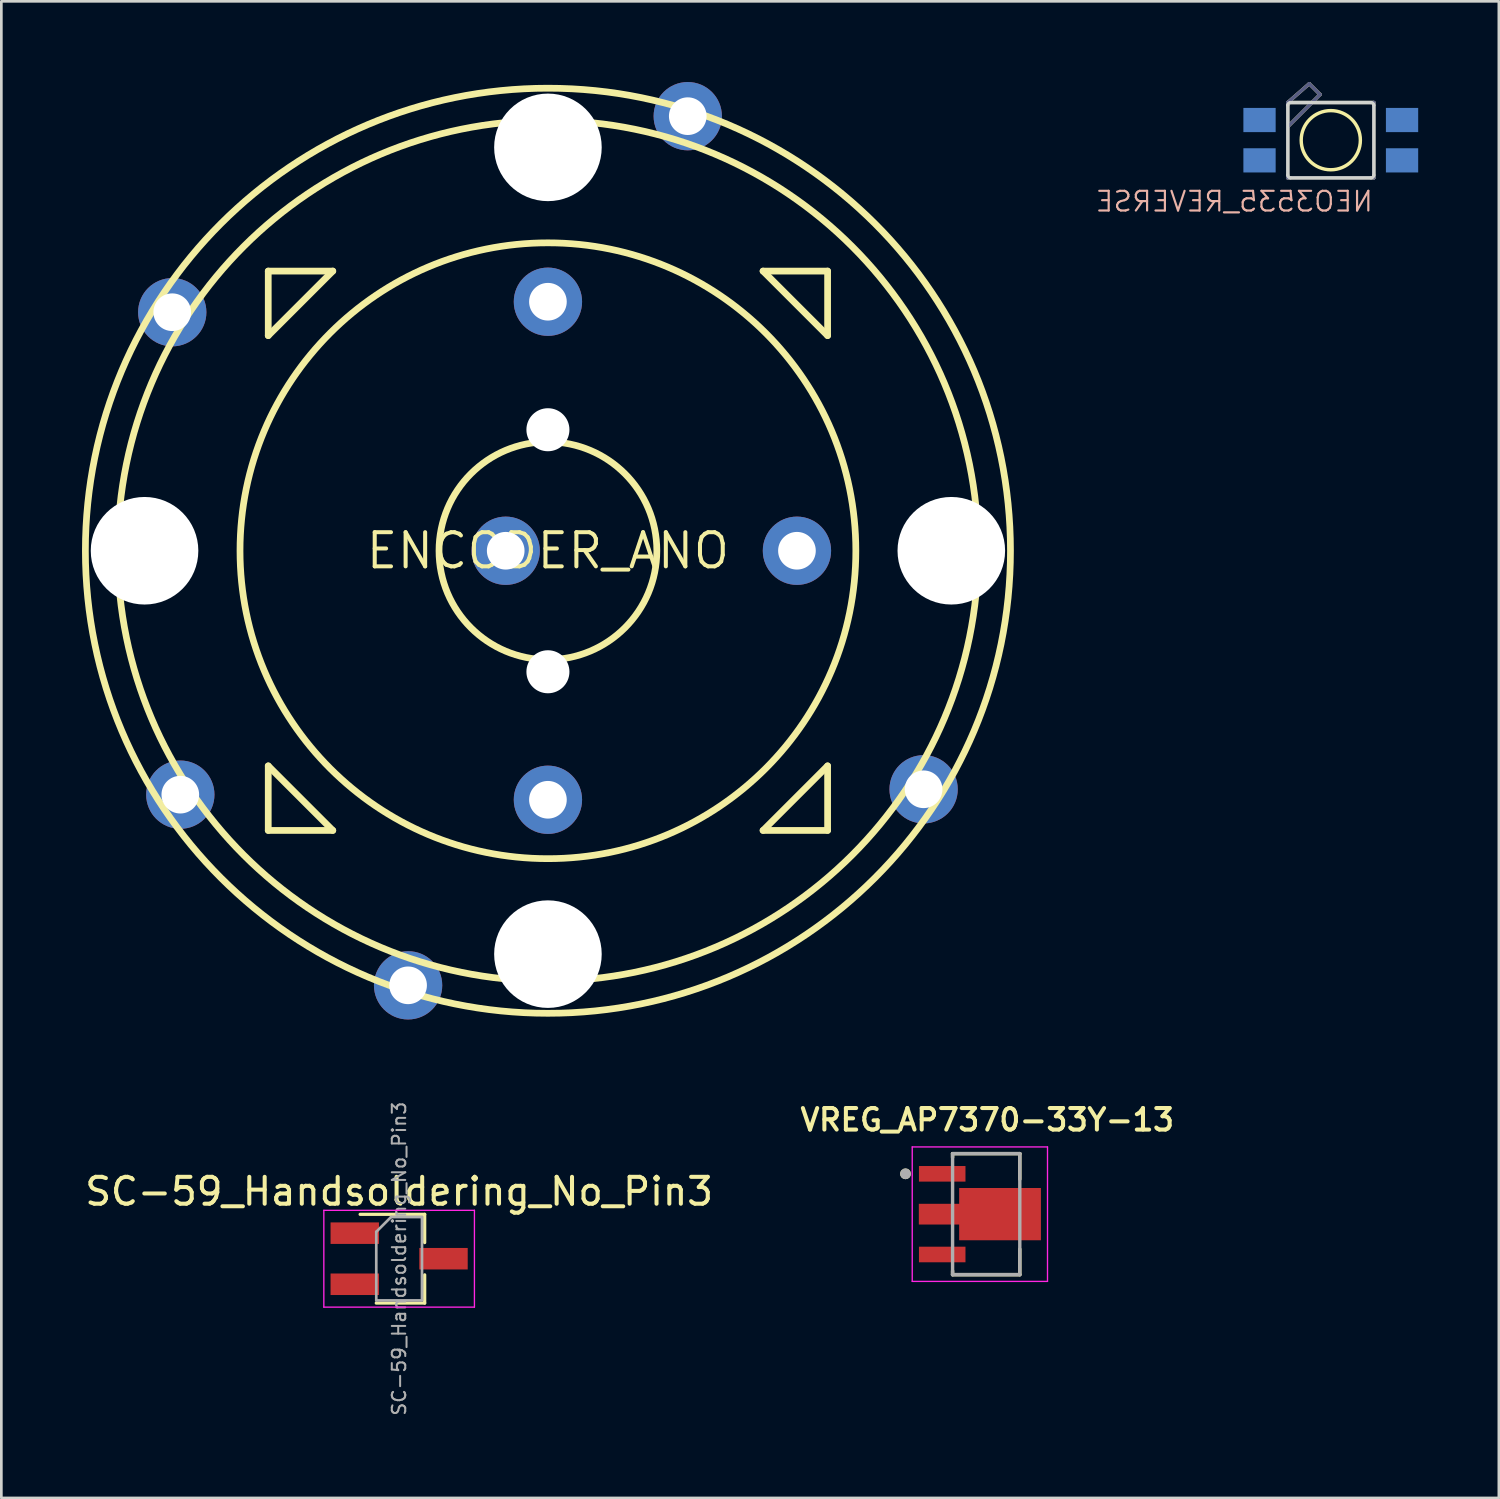
<source format=kicad_pcb>
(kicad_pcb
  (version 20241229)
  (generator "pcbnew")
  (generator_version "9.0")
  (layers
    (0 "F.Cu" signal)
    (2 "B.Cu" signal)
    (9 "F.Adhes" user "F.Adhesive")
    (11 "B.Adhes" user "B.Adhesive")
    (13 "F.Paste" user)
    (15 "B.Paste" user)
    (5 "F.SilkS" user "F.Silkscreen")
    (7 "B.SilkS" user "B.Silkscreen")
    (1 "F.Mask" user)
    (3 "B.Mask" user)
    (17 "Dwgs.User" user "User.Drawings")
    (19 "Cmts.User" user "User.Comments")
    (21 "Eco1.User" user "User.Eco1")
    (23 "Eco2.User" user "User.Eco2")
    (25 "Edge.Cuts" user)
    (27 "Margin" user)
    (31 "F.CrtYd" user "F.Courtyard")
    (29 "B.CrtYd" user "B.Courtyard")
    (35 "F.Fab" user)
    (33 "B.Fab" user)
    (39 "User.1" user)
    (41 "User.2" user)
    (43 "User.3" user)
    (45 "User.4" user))
  (footprint "NEO3535_REVERSE"
    (layer "F.Cu")
    (at 46.436 2.163)
    (property "Reference" "NEO3535_REVERSE" (at 1.623 2.708 0) (layer "B.SilkS") (effects (font (size 0.732 0.732) (thickness 0.081)) (justify left bottom mirror)))
    (fp_line (start -1.6 -1.4) (end -0.7 -1.4) (stroke (width 0.127) (type solid)) (layer "F.SilkS"))
    (fp_line (start -1.6 -0.5) (end -1.6 -1.4) (stroke (width 0.127) (type solid)) (layer "F.SilkS"))
    (fp_line (start -1.6 -0.5) (end -0.7 -1.4) (stroke (width 0.127) (type solid)) (layer "F.SilkS"))
    (fp_line (start -1.6 1.4) (end -1.6 -0.5) (stroke (width 0.127) (type solid)) (layer "F.SilkS"))
    (fp_line (start -0.8 -2.1) (end -1.6 -1.4) (stroke (width 0.127) (type solid)) (layer "F.SilkS"))
    (fp_line (start -0.7 -1.4) (end -0.4 -1.7) (stroke (width 0.127) (type solid)) (layer "F.SilkS"))
    (fp_line (start -0.7 -1.4) (end 1.6 -1.4) (stroke (width 0.127) (type solid)) (layer "F.SilkS"))
    (fp_line (start -0.4 -1.7) (end -0.8 -2.1) (stroke (width 0.127) (type solid)) (layer "F.SilkS"))
    (fp_line (start 1.6 -1.4) (end 1.6 1.4) (stroke (width 0.127) (type solid)) (layer "F.SilkS"))
    (fp_line (start 1.6 1.4) (end -1.6 1.4) (stroke (width 0.127) (type solid)) (layer "F.SilkS"))
    (fp_circle (center 0 0) (end 1.1 0) (stroke (width 0.127) (type solid)) (fill no) (layer "F.SilkS"))
    (fp_line (start -1.6 -1.3) (end -1.6 1.3) (stroke (width 0.12) (type solid)) (layer "Edge.Cuts"))
    (fp_line (start -1.5 -1.4) (end 1.5 -1.4) (stroke (width 0.12) (type solid)) (layer "Edge.Cuts"))
    (fp_line (start 1.5 1.4) (end -1.5 1.4) (stroke (width 0.12) (type solid)) (layer "Edge.Cuts"))
    (fp_line (start 1.6 1.3) (end 1.6 -1.3) (stroke (width 0.12) (type solid)) (layer "Edge.Cuts"))
    (fp_arc (start -1.6 -1.3) (mid -1.570711 -1.370711) (end -1.5 -1.4) (stroke (width 0.12) (type solid)) (layer "Edge.Cuts"))
    (fp_arc (start -1.5 1.4) (mid -1.570711 1.370711) (end -1.6 1.3) (stroke (width 0.12) (type solid)) (layer "Edge.Cuts"))
    (fp_arc (start 1.5 -1.4) (mid 1.570711 -1.370711) (end 1.6 -1.3) (stroke (width 0.12) (type solid)) (layer "Edge.Cuts"))
    (fp_arc (start 1.6 1.3) (mid 1.570711 1.370711) (end 1.5 1.4) (stroke (width 0.12) (type solid)) (layer "Edge.Cuts"))
    (fp_line (start -1.6 -1.4) (end -0.7 -1.4) (stroke (width 0.127) (type solid)) (layer "B.Fab"))
    (fp_line (start -1.6 -0.5) (end -1.6 -1.4) (stroke (width 0.127) (type solid)) (layer "B.Fab"))
    (fp_line (start -1.6 -0.5) (end -0.7 -1.4) (stroke (width 0.127) (type solid)) (layer "B.Fab"))
    (fp_line (start -1.6 1.4) (end -1.6 -0.5) (stroke (width 0.127) (type solid)) (layer "B.Fab"))
    (fp_line (start -0.8 -2.1) (end -1.6 -1.4) (stroke (width 0.127) (type solid)) (layer "B.Fab"))
    (fp_line (start -0.7 -1.4) (end -0.4 -1.7) (stroke (width 0.127) (type solid)) (layer "B.Fab"))
    (fp_line (start -0.7 -1.4) (end 1.6 -1.4) (stroke (width 0.127) (type solid)) (layer "B.Fab"))
    (fp_line (start -0.4 -1.7) (end -0.8 -2.1) (stroke (width 0.127) (type solid)) (layer "B.Fab"))
    (fp_line (start 1.6 -1.4) (end 1.6 1.4) (stroke (width 0.127) (type solid)) (layer "B.Fab"))
    (fp_line (start 1.6 1.4) (end -1.6 1.4) (stroke (width 0.127) (type solid)) (layer "B.Fab"))
    (pad "1-VDD" smd rect (at 2.65 0.75) (size 1.2 0.9) (layers "B.Cu" "B.Mask" "B.Paste"))
    (pad "2-DOUT" smd rect (at 2.65 -0.75) (size 1.2 0.9) (layers "B.Cu" "B.Mask" "B.Paste"))
    (pad "3-GND" smd rect (at -2.65 -0.75) (size 1.2 0.9) (layers "B.Cu" "B.Mask" "B.Paste"))
    (pad "4-DIN" smd rect (at -2.65 0.75) (size 1.2 0.9) (layers "B.Cu" "B.Mask" "B.Paste"))
    (zone (net_name "") (layer "F.Cu") (hatch edge 0.508) (connect_pads) (min_thickness 0.254) (filled_areas_thickness no) (keepout (tracks not_allowed) (vias not_allowed) (pads not_allowed) (copperpour not_allowed) (footprints allowed)) (placement (enabled no)) (fill) (polygon (pts (xy 44.536 3.864) (xy 48.336 3.864) (xy 48.336 0.464) (xy 44.536 0.464))))
    (zone (net_name "") (layer "B.Cu") (hatch edge 0.508) (connect_pads) (min_thickness 0.254) (filled_areas_thickness no) (keepout (tracks not_allowed) (vias not_allowed) (pads not_allowed) (copperpour not_allowed) (footprints allowed)) (placement (enabled no)) (fill) (polygon (pts (xy 44.536 3.864) (xy 48.336 3.864) (xy 48.336 0.464) (xy 44.536 0.464)))))
  (footprint "VREG_AP7370-33Y-13"
    (layer "F.Cu")
    (at 33.622 42.099)
    (property "Reference" "VREG_AP7370-33Y-13" (at 0.04 -3.508 0) (layer "F.SilkS") (effects (font (size 0.8 0.8) (thickness 0.15))))
    (attr through_hole)
    (fp_poly (pts (xy -2.55 -1.84) (xy -0.72 -1.84) (xy -0.72 -1.16) (xy -2.55 -1.16)) (stroke (width 0.01) (type solid)) (fill yes) (layer "F.Mask"))
    (fp_poly (pts (xy -2.55 1.16) (xy -0.72 1.16) (xy -0.72 1.84) (xy -2.55 1.84)) (stroke (width 0.01) (type solid)) (fill yes) (layer "F.Mask"))
    (fp_poly (pts (xy 2.08 -1.016) (xy 2.08 1.016) (xy -1.05 1.016) (xy -1.05 0.43) (xy -2.55 0.43) (xy -2.55 -0.43) (xy -1.05 -0.43) (xy -1.05 -1.016)) (stroke (width 0.01) (type solid)) (fill yes) (layer "F.Mask"))
    (fp_line (start -1.25 -2.25) (end 1.25 -2.25) (stroke (width 0.127) (type solid)) (layer "F.SilkS"))
    (fp_line (start -1.25 -2.11) (end -1.25 -2.25) (stroke (width 0.127) (type solid)) (layer "F.SilkS"))
    (fp_line (start -1.25 2.25) (end -1.25 2.11) (stroke (width 0.127) (type solid)) (layer "F.SilkS"))
    (fp_line (start -1.25 2.25) (end 1.25 2.25) (stroke (width 0.127) (type solid)) (layer "F.SilkS"))
    (fp_line (start 1.25 -1.3) (end 1.25 -2.25) (stroke (width 0.127) (type solid)) (layer "F.SilkS"))
    (fp_line (start 1.25 1.3) (end 1.25 2.25) (stroke (width 0.127) (type solid)) (layer "F.SilkS"))
    (fp_circle (center -3 -1.5) (end -2.9 -1.5) (stroke (width 0.2) (type solid)) (fill no) (layer "F.SilkS"))
    (fp_poly (pts (xy -2.5 -0.38) (xy -1 -0.38) (xy -1 0.38) (xy -2.5 0.38)) (stroke (width 0.01) (type solid)) (fill yes) (layer "F.Paste"))
    (fp_poly (pts (xy -0.445 -0.61) (xy 1.475 -0.61) (xy 1.475 0.61) (xy -0.445 0.61)) (stroke (width 0.01) (type solid)) (fill yes) (layer "F.Paste"))
    (fp_line (start -2.75 -2.5) (end -2.75 2.5) (stroke (width 0.05) (type solid)) (layer "F.CrtYd"))
    (fp_line (start 2.28 -2.5) (end -2.75 -2.5) (stroke (width 0.05) (type solid)) (layer "F.CrtYd"))
    (fp_line (start 2.28 -2.5) (end 2.28 2.5) (stroke (width 0.05) (type solid)) (layer "F.CrtYd"))
    (fp_line (start 2.28 2.5) (end -2.75 2.5) (stroke (width 0.05) (type solid)) (layer "F.CrtYd"))
    (fp_line (start -1.25 -2.25) (end -1.25 2.25) (stroke (width 0.127) (type solid)) (layer "F.Fab"))
    (fp_line (start -1.25 -2.25) (end 1.25 -2.25) (stroke (width 0.127) (type solid)) (layer "F.Fab"))
    (fp_line (start -1.25 2.25) (end 1.25 2.25) (stroke (width 0.127) (type solid)) (layer "F.Fab"))
    (fp_line (start 1.25 -2.25) (end 1.25 2.25) (stroke (width 0.127) (type solid)) (layer "F.Fab"))
    (fp_circle (center -3 -1.5) (end -2.9 -1.5) (stroke (width 0.2) (type solid)) (fill no) (layer "F.Fab"))
    (pad "1" smd rect (at -1.635 -1.5) (size 1.73 0.58) (layers "F.Cu" "F.Paste"))
    (pad "2" smd custom (at 0 0) (size 1 0.76) (layers "F.Cu") (options (anchor rect)) (primitives (gr_poly (pts (xy 2.03 -0.967) (xy 2.03 0.967) (xy -1 0.967) (xy -1 0.38) (xy -2.5 0.38) (xy -2.5 -0.38) (xy -1 -0.38) (xy -1 -0.967)) (width 0.01) (fill yes))))
    (pad "3" smd rect (at -1.635 1.5) (size 1.73 0.58) (layers "F.Cu" "F.Paste")))
  (footprint "ENCODER_ANO"
    (layer "F.Cu")
    (at 17.325 17.43)
    (property "Reference" "ENCODER_ANO" (at 0 0 0) (layer "F.SilkS") (effects (font (size 1.27 1.27) (thickness 0.15))))
    (fp_line (start -10.4 -10.4) (end -10.4 -8) (stroke (width 0.25) (type solid)) (layer "F.SilkS"))
    (fp_line (start -10.4 -8) (end -8 -10.4) (stroke (width 0.25) (type solid)) (layer "F.SilkS"))
    (fp_line (start -10.4 8) (end -10.4 10.4) (stroke (width 0.25) (type solid)) (layer "F.SilkS"))
    (fp_line (start -10.4 10.4) (end -8 10.4) (stroke (width 0.25) (type solid)) (layer "F.SilkS"))
    (fp_line (start -8 -10.4) (end -10.4 -10.4) (stroke (width 0.25) (type solid)) (layer "F.SilkS"))
    (fp_line (start -8 10.4) (end -10.4 8) (stroke (width 0.25) (type solid)) (layer "F.SilkS"))
    (fp_line (start 8 -10.4) (end 10.4 -8) (stroke (width 0.25) (type solid)) (layer "F.SilkS"))
    (fp_line (start 8 10.4) (end 10.4 10.4) (stroke (width 0.25) (type solid)) (layer "F.SilkS"))
    (fp_line (start 10.4 -10.4) (end 8 -10.4) (stroke (width 0.25) (type solid)) (layer "F.SilkS"))
    (fp_line (start 10.4 -8) (end 10.4 -10.4) (stroke (width 0.25) (type solid)) (layer "F.SilkS"))
    (fp_line (start 10.4 8) (end 8 10.4) (stroke (width 0.25) (type solid)) (layer "F.SilkS"))
    (fp_line (start 10.4 10.4) (end 10.4 8) (stroke (width 0.25) (type solid)) (layer "F.SilkS"))
    (fp_circle (center 0 0) (end 4.05 0) (stroke (width 0.25) (type solid)) (fill no) (layer "F.SilkS"))
    (fp_circle (center 0 0) (end 11.45 0) (stroke (width 0.25) (type solid)) (fill no) (layer "F.SilkS"))
    (fp_circle (center 0 0) (end 16 0) (stroke (width 0.25) (type solid)) (fill no) (layer "F.SilkS"))
    (fp_circle (center 0 0) (end 17.2 0) (stroke (width 0.25) (type solid)) (fill no) (layer "F.SilkS"))
    (pad "" np_thru_hole circle (at -15 0) (size 4 4) (drill 4) (layers "*.Cu" "*.Mask"))
    (pad "" np_thru_hole circle (at 0 -15) (size 4 4) (drill 4) (layers "*.Cu" "*.Mask"))
    (pad "" np_thru_hole circle (at 0 -4.5) (size 1.6 1.6) (drill 1.6) (layers "*.Cu" "*.Mask"))
    (pad "" np_thru_hole circle (at 0 4.5) (size 1.6 1.6) (drill 1.6) (layers "*.Cu" "*.Mask"))
    (pad "" np_thru_hole circle (at 0 15) (size 4 4) (drill 4) (layers "*.Cu" "*.Mask"))
    (pad "" np_thru_hole circle (at 15 0) (size 4 4) (drill 4) (layers "*.Cu" "*.Mask"))
    (pad "A" thru_hole circle (at 0 9.26) (size 2.54 2.54) (drill 1.4) (layers "*.Cu" "*.Mask"))
    (pad "B" thru_hole circle (at 9.26 0) (size 2.54 2.54) (drill 1.4) (layers "*.Cu" "*.Mask"))
    (pad "COM_A" thru_hole circle (at 0 -9.26) (size 2.54 2.54) (drill 1.4) (layers "*.Cu" "*.Mask"))
    (pad "COM_B" thru_hole circle (at -13.67 9.07) (size 2.54 2.54) (drill 1.4) (layers "*.Cu" "*.Mask"))
    (pad "S1" thru_hole circle (at -1.57 0) (size 2.54 2.54) (drill 1.4) (layers "*.Cu" "*.Mask"))
    (pad "S2" thru_hole circle (at -5.2 16.16) (size 2.54 2.54) (drill 1.4) (layers "*.Cu" "*.Mask"))
    (pad "S3" thru_hole circle (at 13.97 8.87) (size 2.54 2.54) (drill 1.4) (layers "*.Cu" "*.Mask"))
    (pad "S4" thru_hole circle (at 5.2 -16.16) (size 2.54 2.54) (drill 1.4) (layers "*.Cu" "*.Mask"))
    (pad "S5" thru_hole circle (at -13.97 -8.87) (size 2.54 2.54) (drill 1.4) (layers "*.Cu" "*.Mask")))
  (footprint "SC-59_Handsoldering_No_Pin3"
    (layer "F.Cu")
    (at 11.792 43.756)
    (property "Reference" "SC-59_Handsoldering_No_Pin3" (at 0 -2.5 0) (layer "F.SilkS") (effects (font (size 1 1) (thickness 0.15))))
    (attr smd)
    (fp_line (start -1.45 -1.65) (end 0.95 -1.65) (stroke (width 0.12) (type solid)) (layer "F.SilkS"))
    (fp_line (start -0.85 1.65) (end 0.95 1.65) (stroke (width 0.12) (type solid)) (layer "F.SilkS"))
    (fp_line (start 0.95 -1.65) (end 0.95 -0.6) (stroke (width 0.12) (type solid)) (layer "F.SilkS"))
    (fp_line (start 0.95 1.65) (end 0.95 0.6) (stroke (width 0.12) (type solid)) (layer "F.SilkS"))
    (fp_line (start -2.8 -1.8) (end -2.8 1.8) (stroke (width 0.05) (type solid)) (layer "F.CrtYd"))
    (fp_line (start -2.8 -1.8) (end 2.8 -1.8) (stroke (width 0.05) (type solid)) (layer "F.CrtYd"))
    (fp_line (start 2.8 1.8) (end -2.8 1.8) (stroke (width 0.05) (type solid)) (layer "F.CrtYd"))
    (fp_line (start 2.8 1.8) (end 2.8 -1.8) (stroke (width 0.05) (type solid)) (layer "F.CrtYd"))
    (fp_line (start -0.85 1.55) (end -0.85 -1) (stroke (width 0.1) (type solid)) (layer "F.Fab"))
    (fp_line (start -0.85 1.55) (end 0.85 1.55) (stroke (width 0.1) (type solid)) (layer "F.Fab"))
    (fp_line (start -0.3 -1.55) (end -0.85 -1) (stroke (width 0.1) (type solid)) (layer "F.Fab"))
    (fp_line (start -0.3 -1.55) (end 0.85 -1.55) (stroke (width 0.1) (type solid)) (layer "F.Fab"))
    (fp_line (start 0.85 -1.52) (end 0.85 1.52) (stroke (width 0.1) (type solid)) (layer "F.Fab"))
    (fp_text user "${REFERENCE}" (at 0 0 90) (layer "F.Fab") (effects (font (size 0.5 0.5) (thickness 0.075))))
    (pad "" smd rect (at -1.65 0.95) (size 1.8 0.8) (layers "F.Cu" "F.Mask" "F.Paste"))
    (pad "1" smd rect (at -1.65 -0.95) (size 1.8 0.8) (layers "F.Cu" "F.Mask" "F.Paste"))
    (pad "2" smd rect (at 1.65 0) (size 1.8 0.8) (layers "F.Cu" "F.Mask" "F.Paste")))
  (gr_rect
    (start -3 -3)
    (end 52.686 52.652)
    (stroke (width 0.1) (type default))
    (fill no)
    (layer "Edge.Cuts")))
</source>
